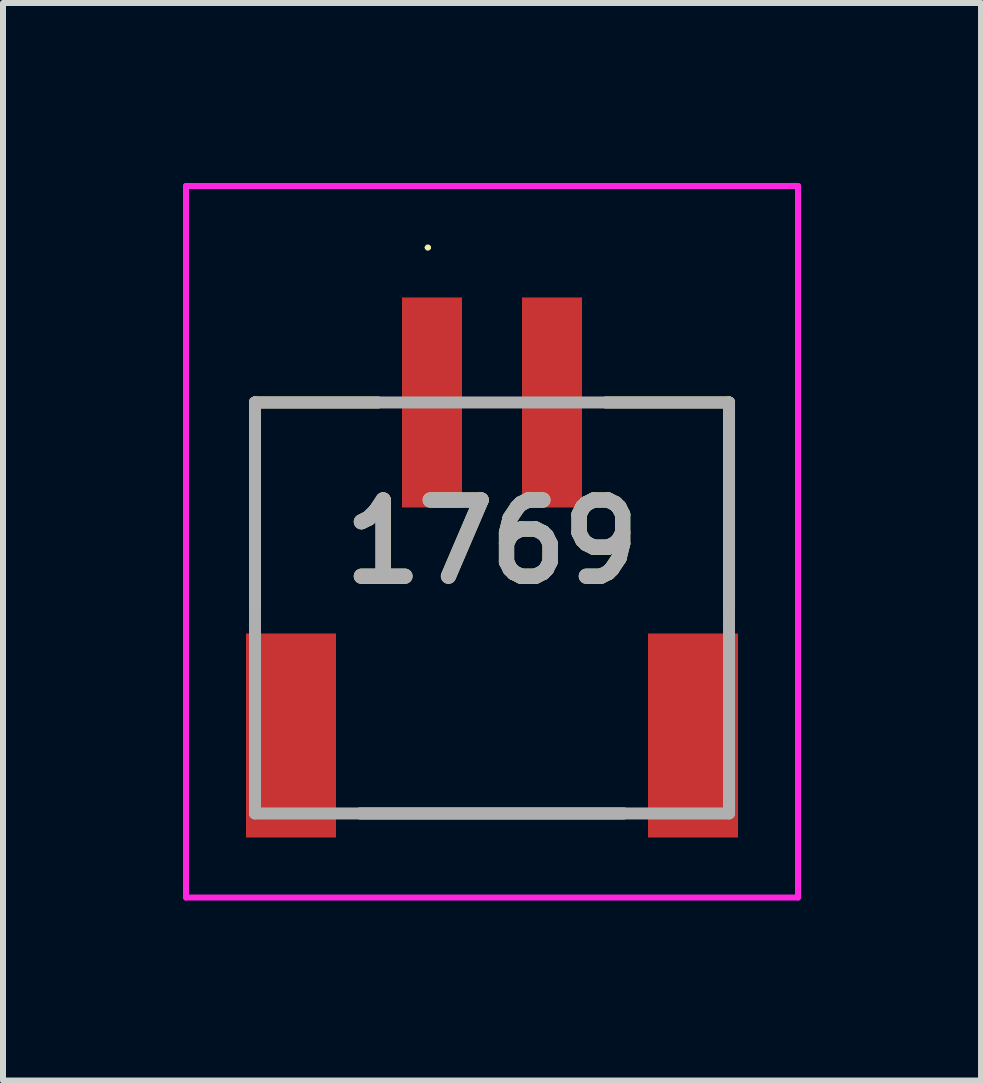
<source format=kicad_pcb>
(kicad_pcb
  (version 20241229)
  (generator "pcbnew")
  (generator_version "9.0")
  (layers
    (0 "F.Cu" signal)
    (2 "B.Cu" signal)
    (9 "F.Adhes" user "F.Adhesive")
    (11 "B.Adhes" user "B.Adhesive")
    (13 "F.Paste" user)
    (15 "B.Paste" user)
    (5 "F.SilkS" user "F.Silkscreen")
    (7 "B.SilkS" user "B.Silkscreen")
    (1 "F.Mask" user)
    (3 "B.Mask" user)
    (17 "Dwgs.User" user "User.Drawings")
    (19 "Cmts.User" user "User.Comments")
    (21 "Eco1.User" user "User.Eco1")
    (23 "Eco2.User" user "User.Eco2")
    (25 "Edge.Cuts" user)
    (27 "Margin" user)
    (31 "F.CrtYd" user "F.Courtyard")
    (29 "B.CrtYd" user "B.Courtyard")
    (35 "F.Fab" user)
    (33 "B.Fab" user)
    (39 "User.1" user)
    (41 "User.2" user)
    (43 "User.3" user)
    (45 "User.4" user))
  (footprint "1769"
    (layer "F.Cu")
    (at 5.15 3.658)
    (property "Reference" "1769" (at 0 2.321 0) (layer "F.SilkS") (effects (font (size 1.27 1.27) (thickness 0.254))))
    (attr smd)
    (fp_line (start -3.95 0) (end -3.95 3.425) (stroke (width 0.2) (type solid)) (layer "F.SilkS"))
    (fp_line (start -3.95 0) (end -1.9 0) (stroke (width 0.2) (type solid)) (layer "F.SilkS"))
    (fp_line (start -2.196 6.849) (end 2.196 6.849) (stroke (width 0.2) (type solid)) (layer "F.SilkS"))
    (fp_line (start -1.095 -2.582) (end -1.095 -2.582) (stroke (width 0.052) (type solid)) (layer "F.SilkS"))
    (fp_line (start -1.043 -2.582) (end -1.043 -2.582) (stroke (width 0.052) (type solid)) (layer "F.SilkS"))
    (fp_line (start 3.95 0) (end 1.9 0) (stroke (width 0.2) (type solid)) (layer "F.SilkS"))
    (fp_line (start 3.95 0) (end 3.95 3.425) (stroke (width 0.2) (type solid)) (layer "F.SilkS"))
    (fp_arc (start -1.095 -2.582) (mid -1.069 -2.608) (end -1.043 -2.582) (stroke (width 0.052) (type solid)) (layer "F.SilkS"))
    (fp_arc (start -1.043 -2.582) (mid -1.069 -2.556) (end -1.095 -2.582) (stroke (width 0.052) (type solid)) (layer "F.SilkS"))
    (fp_line (start -5.1 -3.608) (end 5.1 -3.608) (stroke (width 0.1) (type solid)) (layer "F.CrtYd"))
    (fp_line (start -5.1 8.25) (end -5.1 -3.608) (stroke (width 0.1) (type solid)) (layer "F.CrtYd"))
    (fp_line (start 5.1 -3.608) (end 5.1 8.25) (stroke (width 0.1) (type solid)) (layer "F.CrtYd"))
    (fp_line (start 5.1 8.25) (end -5.1 8.25) (stroke (width 0.1) (type solid)) (layer "F.CrtYd"))
    (fp_line (start -3.95 0) (end 3.95 0) (stroke (width 0.2) (type solid)) (layer "F.Fab"))
    (fp_line (start -3.95 6.849) (end -3.95 0) (stroke (width 0.2) (type solid)) (layer "F.Fab"))
    (fp_line (start 3.95 0) (end 3.95 6.849) (stroke (width 0.2) (type solid)) (layer "F.Fab"))
    (fp_line (start 3.95 6.849) (end -3.95 6.849) (stroke (width 0.2) (type solid)) (layer "F.Fab"))
    (fp_text user "${REFERENCE}" (at 0 2.321 0) (layer "F.Fab") (effects (font (size 1.27 1.27) (thickness 0.254))))
    (pad "1" smd rect (at -1 0) (size 1 3.5) (layers "F.Cu" "F.Mask" "F.Paste"))
    (pad "2" smd rect (at 1 0) (size 1 3.5) (layers "F.Cu" "F.Mask" "F.Paste"))
    (pad "3" smd rect (at -3.35 5.55) (size 1.5 3.4) (layers "F.Cu" "F.Mask" "F.Paste"))
    (pad "4" smd rect (at 3.35 5.55) (size 1.5 3.4) (layers "F.Cu" "F.Mask" "F.Paste")))
  (gr_rect
    (start -3 -3)
    (end 13.3 14.958)
    (stroke (width 0.1) (type default))
    (fill no)
    (layer "Edge.Cuts")))
</source>
